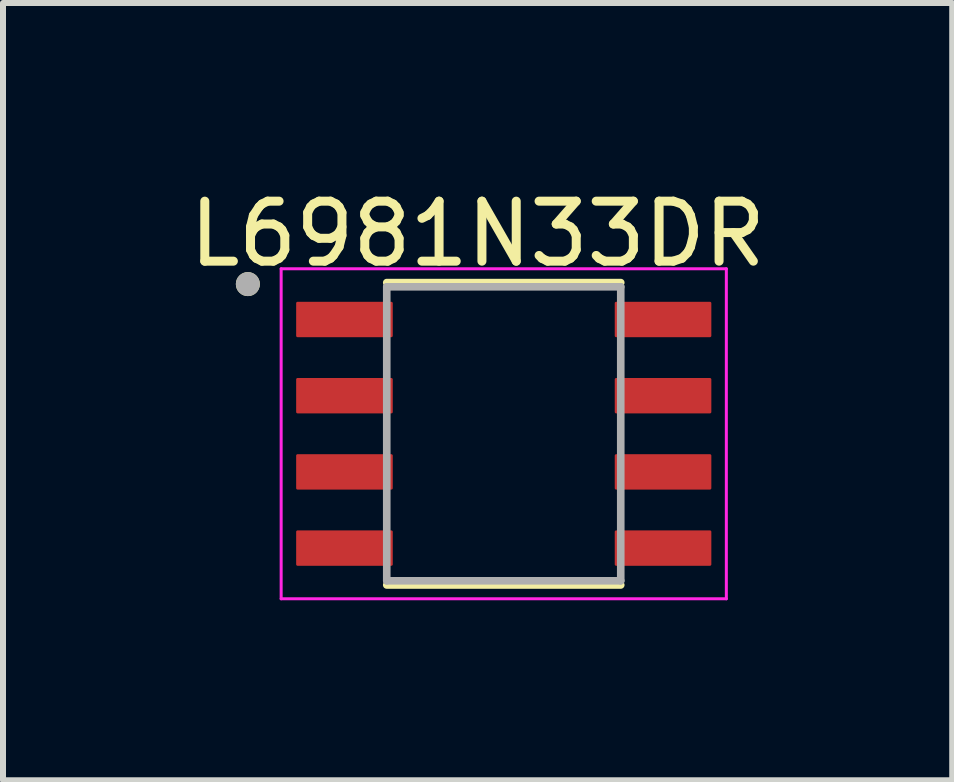
<source format=kicad_pcb>
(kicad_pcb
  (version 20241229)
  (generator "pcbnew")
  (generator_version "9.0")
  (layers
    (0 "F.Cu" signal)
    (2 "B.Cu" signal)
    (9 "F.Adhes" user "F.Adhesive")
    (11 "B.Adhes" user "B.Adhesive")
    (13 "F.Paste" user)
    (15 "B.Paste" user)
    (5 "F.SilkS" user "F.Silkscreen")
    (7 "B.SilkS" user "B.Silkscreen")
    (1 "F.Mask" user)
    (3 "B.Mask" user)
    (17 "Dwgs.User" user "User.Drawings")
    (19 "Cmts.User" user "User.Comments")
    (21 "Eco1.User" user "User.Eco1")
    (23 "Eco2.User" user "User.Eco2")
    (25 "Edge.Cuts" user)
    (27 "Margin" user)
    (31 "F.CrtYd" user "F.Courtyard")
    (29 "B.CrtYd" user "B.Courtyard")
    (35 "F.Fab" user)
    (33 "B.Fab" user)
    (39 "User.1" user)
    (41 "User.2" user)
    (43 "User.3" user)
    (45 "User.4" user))
  (footprint "L6981N33DR"
    (layer "F.Cu")
    (at 5.346 4.18)
    (property "Reference" "L6981N33DR" (at -0.435 -3.332 0) (layer "F.SilkS") (effects (font (size 1 1) (thickness 0.15))))
    (attr smd)
    (fp_line (start -1.95 -2.52) (end 1.95 -2.52) (stroke (width 0.127) (type solid)) (layer "F.SilkS"))
    (fp_line (start -1.95 2.52) (end 1.95 2.52) (stroke (width 0.127) (type solid)) (layer "F.SilkS"))
    (fp_circle (center -4.265 -2.495) (end -4.165 -2.495) (stroke (width 0.2) (type solid)) (fill no) (layer "F.SilkS"))
    (fp_line (start -3.71 -2.75) (end -3.71 2.75) (stroke (width 0.05) (type solid)) (layer "F.CrtYd"))
    (fp_line (start -3.71 -2.75) (end 3.71 -2.75) (stroke (width 0.05) (type solid)) (layer "F.CrtYd"))
    (fp_line (start -3.71 2.75) (end 3.71 2.75) (stroke (width 0.05) (type solid)) (layer "F.CrtYd"))
    (fp_line (start 3.71 -2.75) (end 3.71 2.75) (stroke (width 0.05) (type solid)) (layer "F.CrtYd"))
    (fp_line (start -1.95 -2.45) (end -1.95 2.45) (stroke (width 0.127) (type solid)) (layer "F.Fab"))
    (fp_line (start -1.95 -2.45) (end 1.95 -2.45) (stroke (width 0.127) (type solid)) (layer "F.Fab"))
    (fp_line (start -1.95 2.45) (end 1.95 2.45) (stroke (width 0.127) (type solid)) (layer "F.Fab"))
    (fp_line (start 1.95 -2.45) (end 1.95 2.45) (stroke (width 0.127) (type solid)) (layer "F.Fab"))
    (fp_circle (center -4.265 -2.495) (end -4.165 -2.495) (stroke (width 0.2) (type solid)) (fill no) (layer "F.Fab"))
    (pad "1" smd roundrect (at -2.655 -1.905) (size 1.61 0.59) (layers "F.Cu" "F.Mask" "F.Paste") (roundrect_rratio 0.04))
    (pad "2" smd roundrect (at -2.655 -0.635) (size 1.61 0.59) (layers "F.Cu" "F.Mask" "F.Paste") (roundrect_rratio 0.04))
    (pad "3" smd roundrect (at -2.655 0.635) (size 1.61 0.59) (layers "F.Cu" "F.Mask" "F.Paste") (roundrect_rratio 0.04))
    (pad "4" smd roundrect (at -2.655 1.905) (size 1.61 0.59) (layers "F.Cu" "F.Mask" "F.Paste") (roundrect_rratio 0.04))
    (pad "5" smd roundrect (at 2.655 1.905) (size 1.61 0.59) (layers "F.Cu" "F.Mask" "F.Paste") (roundrect_rratio 0.04))
    (pad "6" smd roundrect (at 2.655 0.635) (size 1.61 0.59) (layers "F.Cu" "F.Mask" "F.Paste") (roundrect_rratio 0.04))
    (pad "7" smd roundrect (at 2.655 -0.635) (size 1.61 0.59) (layers "F.Cu" "F.Mask" "F.Paste") (roundrect_rratio 0.04))
    (pad "8" smd roundrect (at 2.655 -1.905) (size 1.61 0.59) (layers "F.Cu" "F.Mask" "F.Paste") (roundrect_rratio 0.04)))
  (gr_rect
    (start -3 -3)
    (end 12.821 9.955)
    (stroke (width 0.1) (type default))
    (fill no)
    (layer "Edge.Cuts")))
</source>
